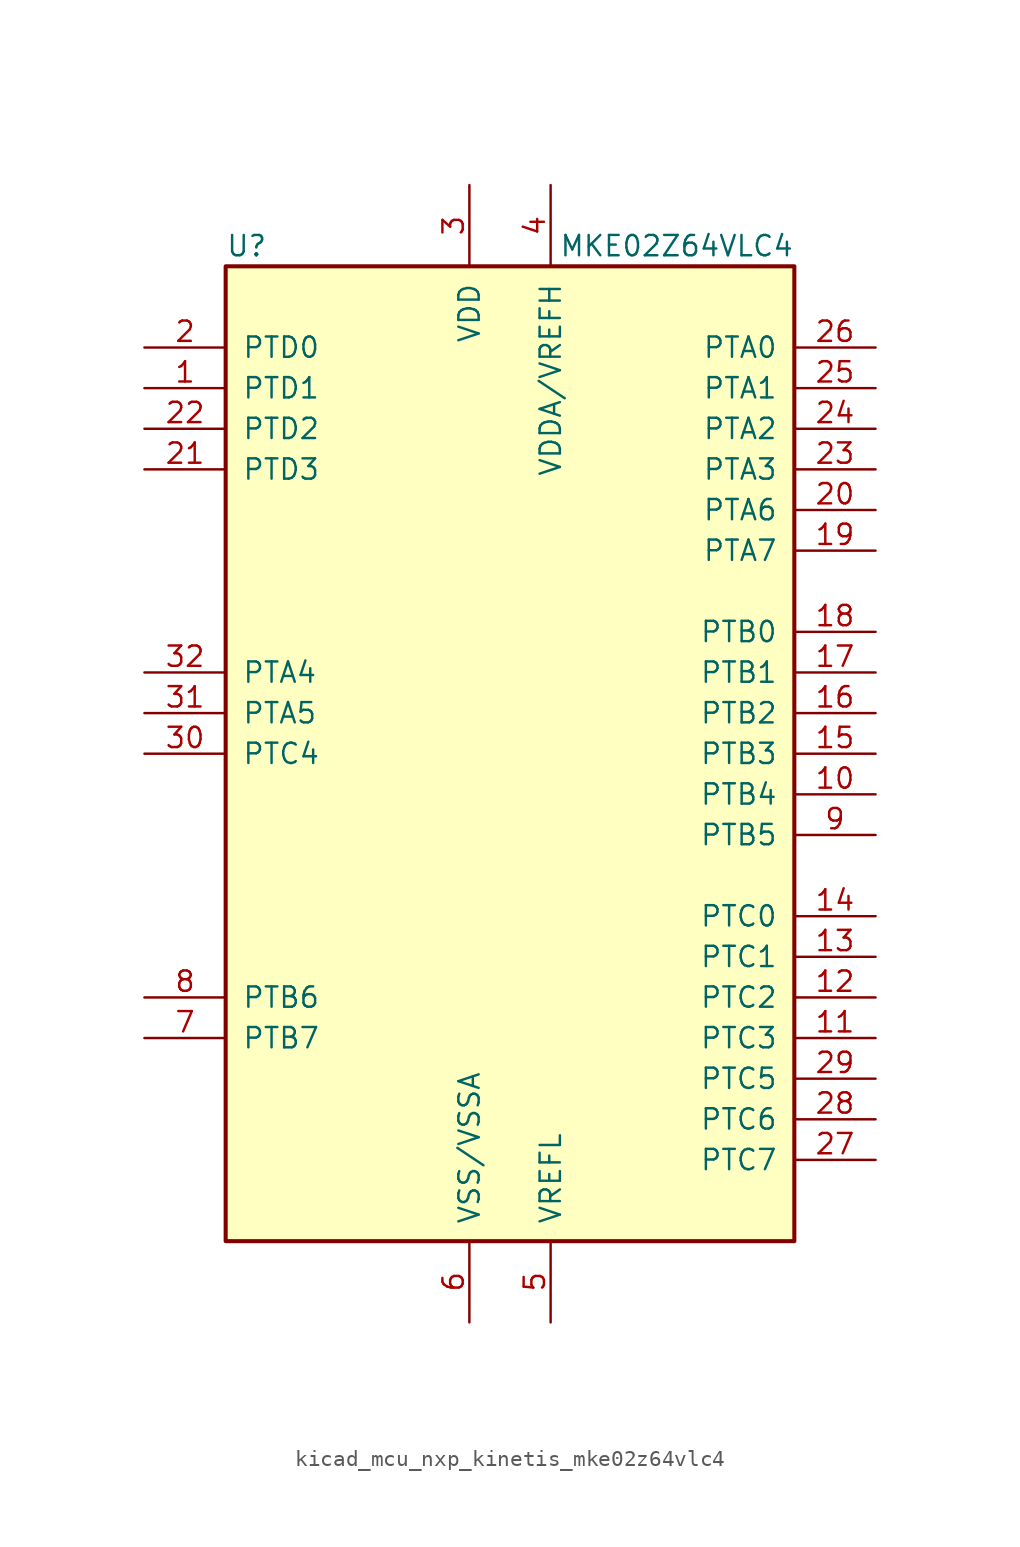
<source format=kicad_sym>
(kicad_symbol_lib
  (version 20220914)
  (generator kicad_symbol_editor)
  (symbol "kicad_mcu_nxp_kinetis_mke02z64vlc4"
    (pin_names
      (offset 1.016))
    (property "Reference" "U"
      (at -17.78 31.75 0)
      (effects (font (size 1.27 1.27)) (justify left)))
    (property "Value" "MKE02Z64VLC4"
      (at 17.78 31.75 0)
      (effects (font (size 1.27 1.27)) (justify right)))
    (symbol "kicad_mcu_nxp_kinetis_mke02z64vlc4_0_1"
      (rectangle (start -17.78 30.48) (end 17.78 -30.48) (stroke (width 0.254) (type default)) (fill (type background))))
    (symbol "kicad_mcu_nxp_kinetis_mke02z64vlc4_1_1"
      (pin bidirectional line (at -22.86 22.86 0) (length 5.08) (name "PTD1" (effects (font (size 1.27 1.27)))) (number "1" (effects (font (size 1.27 1.27)))))
      (pin bidirectional line (at 22.86 -2.54 180) (length 5.08) (name "PTB4" (effects (font (size 1.27 1.27)))) (number "10" (effects (font (size 1.27 1.27)))))
      (pin bidirectional line (at 22.86 -17.78 180) (length 5.08) (name "PTC3" (effects (font (size 1.27 1.27)))) (number "11" (effects (font (size 1.27 1.27)))))
      (pin bidirectional line (at 22.86 -15.24 180) (length 5.08) (name "PTC2" (effects (font (size 1.27 1.27)))) (number "12" (effects (font (size 1.27 1.27)))))
      (pin bidirectional line (at 22.86 -12.7 180) (length 5.08) (name "PTC1" (effects (font (size 1.27 1.27)))) (number "13" (effects (font (size 1.27 1.27)))))
      (pin bidirectional line (at 22.86 -10.16 180) (length 5.08) (name "PTC0" (effects (font (size 1.27 1.27)))) (number "14" (effects (font (size 1.27 1.27)))))
      (pin bidirectional line (at 22.86 0 180) (length 5.08) (name "PTB3" (effects (font (size 1.27 1.27)))) (number "15" (effects (font (size 1.27 1.27)))))
      (pin bidirectional line (at 22.86 2.54 180) (length 5.08) (name "PTB2" (effects (font (size 1.27 1.27)))) (number "16" (effects (font (size 1.27 1.27)))))
      (pin bidirectional line (at 22.86 5.08 180) (length 5.08) (name "PTB1" (effects (font (size 1.27 1.27)))) (number "17" (effects (font (size 1.27 1.27)))))
      (pin bidirectional line (at 22.86 7.62 180) (length 5.08) (name "PTB0" (effects (font (size 1.27 1.27)))) (number "18" (effects (font (size 1.27 1.27)))))
      (pin bidirectional line (at 22.86 12.7 180) (length 5.08) (name "PTA7" (effects (font (size 1.27 1.27)))) (number "19" (effects (font (size 1.27 1.27)))))
      (pin bidirectional line (at -22.86 25.4 0) (length 5.08) (name "PTD0" (effects (font (size 1.27 1.27)))) (number "2" (effects (font (size 1.27 1.27)))))
      (pin bidirectional line (at 22.86 15.24 180) (length 5.08) (name "PTA6" (effects (font (size 1.27 1.27)))) (number "20" (effects (font (size 1.27 1.27)))))
      (pin bidirectional line (at -22.86 17.78 0) (length 5.08) (name "PTD3" (effects (font (size 1.27 1.27)))) (number "21" (effects (font (size 1.27 1.27)))))
      (pin bidirectional line (at -22.86 20.32 0) (length 5.08) (name "PTD2" (effects (font (size 1.27 1.27)))) (number "22" (effects (font (size 1.27 1.27)))))
      (pin bidirectional line (at 22.86 17.78 180) (length 5.08) (name "PTA3" (effects (font (size 1.27 1.27)))) (number "23" (effects (font (size 1.27 1.27)))))
      (pin bidirectional line (at 22.86 20.32 180) (length 5.08) (name "PTA2" (effects (font (size 1.27 1.27)))) (number "24" (effects (font (size 1.27 1.27)))))
      (pin bidirectional line (at 22.86 22.86 180) (length 5.08) (name "PTA1" (effects (font (size 1.27 1.27)))) (number "25" (effects (font (size 1.27 1.27)))))
      (pin bidirectional line (at 22.86 25.4 180) (length 5.08) (name "PTA0" (effects (font (size 1.27 1.27)))) (number "26" (effects (font (size 1.27 1.27)))))
      (pin bidirectional line (at 22.86 -25.4 180) (length 5.08) (name "PTC7" (effects (font (size 1.27 1.27)))) (number "27" (effects (font (size 1.27 1.27)))))
      (pin bidirectional line (at 22.86 -22.86 180) (length 5.08) (name "PTC6" (effects (font (size 1.27 1.27)))) (number "28" (effects (font (size 1.27 1.27)))))
      (pin bidirectional line (at 22.86 -20.32 180) (length 5.08) (name "PTC5" (effects (font (size 1.27 1.27)))) (number "29" (effects (font (size 1.27 1.27)))))
      (pin power_in line (at -2.54 35.56 270) (length 5.08) (name "VDD" (effects (font (size 1.27 1.27)))) (number "3" (effects (font (size 1.27 1.27)))))
      (pin bidirectional line (at -22.86 0 0) (length 5.08) (name "PTC4" (effects (font (size 1.27 1.27)))) (number "30" (effects (font (size 1.27 1.27)))))
      (pin bidirectional line (at -22.86 2.54 0) (length 5.08) (name "PTA5" (effects (font (size 1.27 1.27)))) (number "31" (effects (font (size 1.27 1.27)))))
      (pin bidirectional line (at -22.86 5.08 0) (length 5.08) (name "PTA4" (effects (font (size 1.27 1.27)))) (number "32" (effects (font (size 1.27 1.27)))))
      (pin power_in line (at 2.54 35.56 270) (length 5.08) (name "VDDA/VREFH" (effects (font (size 1.27 1.27)))) (number "4" (effects (font (size 1.27 1.27)))))
      (pin power_in line (at 2.54 -35.56 90) (length 5.08) (name "VREFL" (effects (font (size 1.27 1.27)))) (number "5" (effects (font (size 1.27 1.27)))))
      (pin power_in line (at -2.54 -35.56 90) (length 5.08) (name "VSS/VSSA" (effects (font (size 1.27 1.27)))) (number "6" (effects (font (size 1.27 1.27)))))
      (pin bidirectional line (at -22.86 -17.78 0) (length 5.08) (name "PTB7" (effects (font (size 1.27 1.27)))) (number "7" (effects (font (size 1.27 1.27)))))
      (pin bidirectional line (at -22.86 -15.24 0) (length 5.08) (name "PTB6" (effects (font (size 1.27 1.27)))) (number "8" (effects (font (size 1.27 1.27)))))
      (pin bidirectional line (at 22.86 -5.08 180) (length 5.08) (name "PTB5" (effects (font (size 1.27 1.27)))) (number "9" (effects (font (size 1.27 1.27))))))))
</source>
